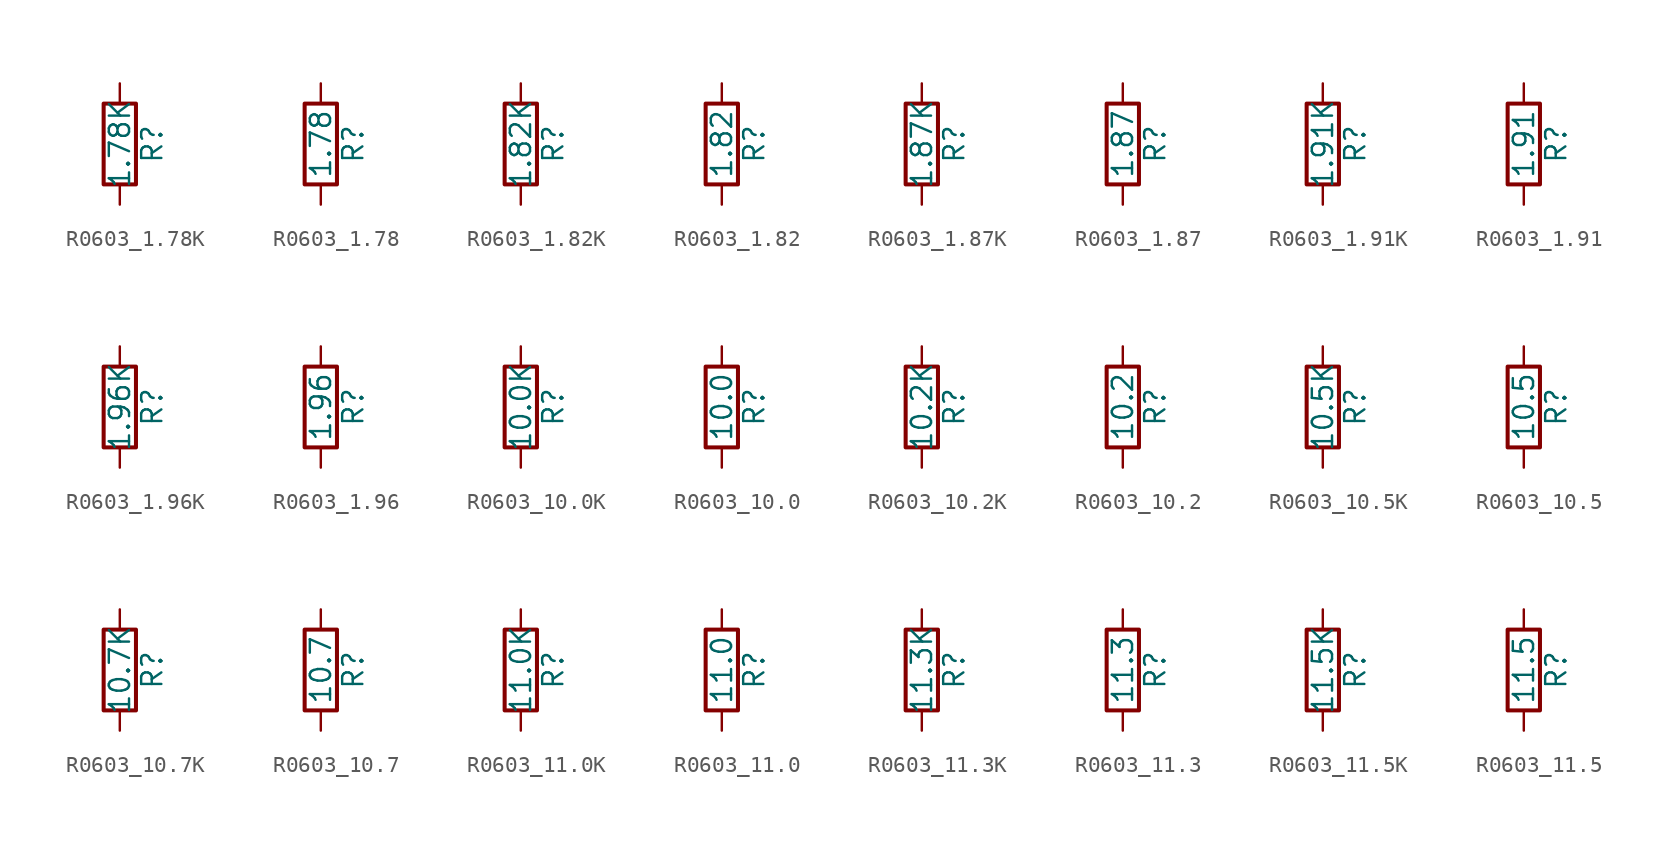
<source format=kicad_sym>
(kicad_symbol_lib
  (version 20211014)
  (generator atlantix-eda)
  (symbol "R0603_1.78K"
    (pin_numbers hide)
    (pin_names
      (offset 0))
    (property "Reference" "R"
      (at 2.032 0 90)
      (effects (font (size 1.27 1.27))))
    (property "Value" "1.78K"
      (at 0 0 90)
      (effects (font (size 1.27 1.27))))
    (symbol "R0603_1.78K_0_1"
      (rectangle (start -1.016 -2.54) (end 1.016 2.54) (stroke (width 0.254) (type default) (color 0 0 0 0)) (fill (type none))))
    (symbol "R0603_1.78K_1_1"
      (pin passive line (at 0 3.81 270) (length 1.27) (name "~" (effects (font (size 1.27 1.27)))) (number "1" (effects (font (size 1.27 1.27)))))
      (pin passive line (at 0 -3.81 90) (length 1.27) (name "~" (effects (font (size 1.27 1.27)))) (number "2" (effects (font (size 1.27 1.27)))))))
  (symbol "R0603_1.78"
    (pin_numbers hide)
    (pin_names
      (offset 0))
    (property "Reference" "R"
      (at 2.032 0 90)
      (effects (font (size 1.27 1.27))))
    (property "Value" "1.78"
      (at 0 0 90)
      (effects (font (size 1.27 1.27))))
    (symbol "R0603_1.78_0_1"
      (rectangle (start -1.016 -2.54) (end 1.016 2.54) (stroke (width 0.254) (type default) (color 0 0 0 0)) (fill (type none))))
    (symbol "R0603_1.78_1_1"
      (pin passive line (at 0 3.81 270) (length 1.27) (name "~" (effects (font (size 1.27 1.27)))) (number "1" (effects (font (size 1.27 1.27)))))
      (pin passive line (at 0 -3.81 90) (length 1.27) (name "~" (effects (font (size 1.27 1.27)))) (number "2" (effects (font (size 1.27 1.27)))))))
  (symbol "R0603_1.82K"
    (pin_numbers hide)
    (pin_names
      (offset 0))
    (property "Reference" "R"
      (at 2.032 0 90)
      (effects (font (size 1.27 1.27))))
    (property "Value" "1.82K"
      (at 0 0 90)
      (effects (font (size 1.27 1.27))))
    (symbol "R0603_1.82K_0_1"
      (rectangle (start -1.016 -2.54) (end 1.016 2.54) (stroke (width 0.254) (type default) (color 0 0 0 0)) (fill (type none))))
    (symbol "R0603_1.82K_1_1"
      (pin passive line (at 0 3.81 270) (length 1.27) (name "~" (effects (font (size 1.27 1.27)))) (number "1" (effects (font (size 1.27 1.27)))))
      (pin passive line (at 0 -3.81 90) (length 1.27) (name "~" (effects (font (size 1.27 1.27)))) (number "2" (effects (font (size 1.27 1.27)))))))
  (symbol "R0603_1.82"
    (pin_numbers hide)
    (pin_names
      (offset 0))
    (property "Reference" "R"
      (at 2.032 0 90)
      (effects (font (size 1.27 1.27))))
    (property "Value" "1.82"
      (at 0 0 90)
      (effects (font (size 1.27 1.27))))
    (symbol "R0603_1.82_0_1"
      (rectangle (start -1.016 -2.54) (end 1.016 2.54) (stroke (width 0.254) (type default) (color 0 0 0 0)) (fill (type none))))
    (symbol "R0603_1.82_1_1"
      (pin passive line (at 0 3.81 270) (length 1.27) (name "~" (effects (font (size 1.27 1.27)))) (number "1" (effects (font (size 1.27 1.27)))))
      (pin passive line (at 0 -3.81 90) (length 1.27) (name "~" (effects (font (size 1.27 1.27)))) (number "2" (effects (font (size 1.27 1.27)))))))
  (symbol "R0603_1.87K"
    (pin_numbers hide)
    (pin_names
      (offset 0))
    (property "Reference" "R"
      (at 2.032 0 90)
      (effects (font (size 1.27 1.27))))
    (property "Value" "1.87K"
      (at 0 0 90)
      (effects (font (size 1.27 1.27))))
    (symbol "R0603_1.87K_0_1"
      (rectangle (start -1.016 -2.54) (end 1.016 2.54) (stroke (width 0.254) (type default) (color 0 0 0 0)) (fill (type none))))
    (symbol "R0603_1.87K_1_1"
      (pin passive line (at 0 3.81 270) (length 1.27) (name "~" (effects (font (size 1.27 1.27)))) (number "1" (effects (font (size 1.27 1.27)))))
      (pin passive line (at 0 -3.81 90) (length 1.27) (name "~" (effects (font (size 1.27 1.27)))) (number "2" (effects (font (size 1.27 1.27)))))))
  (symbol "R0603_1.87"
    (pin_numbers hide)
    (pin_names
      (offset 0))
    (property "Reference" "R"
      (at 2.032 0 90)
      (effects (font (size 1.27 1.27))))
    (property "Value" "1.87"
      (at 0 0 90)
      (effects (font (size 1.27 1.27))))
    (symbol "R0603_1.87_0_1"
      (rectangle (start -1.016 -2.54) (end 1.016 2.54) (stroke (width 0.254) (type default) (color 0 0 0 0)) (fill (type none))))
    (symbol "R0603_1.87_1_1"
      (pin passive line (at 0 3.81 270) (length 1.27) (name "~" (effects (font (size 1.27 1.27)))) (number "1" (effects (font (size 1.27 1.27)))))
      (pin passive line (at 0 -3.81 90) (length 1.27) (name "~" (effects (font (size 1.27 1.27)))) (number "2" (effects (font (size 1.27 1.27)))))))
  (symbol "R0603_1.91K"
    (pin_numbers hide)
    (pin_names
      (offset 0))
    (property "Reference" "R"
      (at 2.032 0 90)
      (effects (font (size 1.27 1.27))))
    (property "Value" "1.91K"
      (at 0 0 90)
      (effects (font (size 1.27 1.27))))
    (symbol "R0603_1.91K_0_1"
      (rectangle (start -1.016 -2.54) (end 1.016 2.54) (stroke (width 0.254) (type default) (color 0 0 0 0)) (fill (type none))))
    (symbol "R0603_1.91K_1_1"
      (pin passive line (at 0 3.81 270) (length 1.27) (name "~" (effects (font (size 1.27 1.27)))) (number "1" (effects (font (size 1.27 1.27)))))
      (pin passive line (at 0 -3.81 90) (length 1.27) (name "~" (effects (font (size 1.27 1.27)))) (number "2" (effects (font (size 1.27 1.27)))))))
  (symbol "R0603_1.91"
    (pin_numbers hide)
    (pin_names
      (offset 0))
    (property "Reference" "R"
      (at 2.032 0 90)
      (effects (font (size 1.27 1.27))))
    (property "Value" "1.91"
      (at 0 0 90)
      (effects (font (size 1.27 1.27))))
    (symbol "R0603_1.91_0_1"
      (rectangle (start -1.016 -2.54) (end 1.016 2.54) (stroke (width 0.254) (type default) (color 0 0 0 0)) (fill (type none))))
    (symbol "R0603_1.91_1_1"
      (pin passive line (at 0 3.81 270) (length 1.27) (name "~" (effects (font (size 1.27 1.27)))) (number "1" (effects (font (size 1.27 1.27)))))
      (pin passive line (at 0 -3.81 90) (length 1.27) (name "~" (effects (font (size 1.27 1.27)))) (number "2" (effects (font (size 1.27 1.27)))))))
  (symbol "R0603_1.96K"
    (pin_numbers hide)
    (pin_names
      (offset 0))
    (property "Reference" "R"
      (at 2.032 0 90)
      (effects (font (size 1.27 1.27))))
    (property "Value" "1.96K"
      (at 0 0 90)
      (effects (font (size 1.27 1.27))))
    (symbol "R0603_1.96K_0_1"
      (rectangle (start -1.016 -2.54) (end 1.016 2.54) (stroke (width 0.254) (type default) (color 0 0 0 0)) (fill (type none))))
    (symbol "R0603_1.96K_1_1"
      (pin passive line (at 0 3.81 270) (length 1.27) (name "~" (effects (font (size 1.27 1.27)))) (number "1" (effects (font (size 1.27 1.27)))))
      (pin passive line (at 0 -3.81 90) (length 1.27) (name "~" (effects (font (size 1.27 1.27)))) (number "2" (effects (font (size 1.27 1.27)))))))
  (symbol "R0603_1.96"
    (pin_numbers hide)
    (pin_names
      (offset 0))
    (property "Reference" "R"
      (at 2.032 0 90)
      (effects (font (size 1.27 1.27))))
    (property "Value" "1.96"
      (at 0 0 90)
      (effects (font (size 1.27 1.27))))
    (symbol "R0603_1.96_0_1"
      (rectangle (start -1.016 -2.54) (end 1.016 2.54) (stroke (width 0.254) (type default) (color 0 0 0 0)) (fill (type none))))
    (symbol "R0603_1.96_1_1"
      (pin passive line (at 0 3.81 270) (length 1.27) (name "~" (effects (font (size 1.27 1.27)))) (number "1" (effects (font (size 1.27 1.27)))))
      (pin passive line (at 0 -3.81 90) (length 1.27) (name "~" (effects (font (size 1.27 1.27)))) (number "2" (effects (font (size 1.27 1.27)))))))
  (symbol "R0603_10.0K"
    (pin_numbers hide)
    (pin_names
      (offset 0))
    (property "Reference" "R"
      (at 2.032 0 90)
      (effects (font (size 1.27 1.27))))
    (property "Value" "10.0K"
      (at 0 0 90)
      (effects (font (size 1.27 1.27))))
    (symbol "R0603_10.0K_0_1"
      (rectangle (start -1.016 -2.54) (end 1.016 2.54) (stroke (width 0.254) (type default) (color 0 0 0 0)) (fill (type none))))
    (symbol "R0603_10.0K_1_1"
      (pin passive line (at 0 3.81 270) (length 1.27) (name "~" (effects (font (size 1.27 1.27)))) (number "1" (effects (font (size 1.27 1.27)))))
      (pin passive line (at 0 -3.81 90) (length 1.27) (name "~" (effects (font (size 1.27 1.27)))) (number "2" (effects (font (size 1.27 1.27)))))))
  (symbol "R0603_10.0"
    (pin_numbers hide)
    (pin_names
      (offset 0))
    (property "Reference" "R"
      (at 2.032 0 90)
      (effects (font (size 1.27 1.27))))
    (property "Value" "10.0"
      (at 0 0 90)
      (effects (font (size 1.27 1.27))))
    (symbol "R0603_10.0_0_1"
      (rectangle (start -1.016 -2.54) (end 1.016 2.54) (stroke (width 0.254) (type default) (color 0 0 0 0)) (fill (type none))))
    (symbol "R0603_10.0_1_1"
      (pin passive line (at 0 3.81 270) (length 1.27) (name "~" (effects (font (size 1.27 1.27)))) (number "1" (effects (font (size 1.27 1.27)))))
      (pin passive line (at 0 -3.81 90) (length 1.27) (name "~" (effects (font (size 1.27 1.27)))) (number "2" (effects (font (size 1.27 1.27)))))))
  (symbol "R0603_10.2K"
    (pin_numbers hide)
    (pin_names
      (offset 0))
    (property "Reference" "R"
      (at 2.032 0 90)
      (effects (font (size 1.27 1.27))))
    (property "Value" "10.2K"
      (at 0 0 90)
      (effects (font (size 1.27 1.27))))
    (symbol "R0603_10.2K_0_1"
      (rectangle (start -1.016 -2.54) (end 1.016 2.54) (stroke (width 0.254) (type default) (color 0 0 0 0)) (fill (type none))))
    (symbol "R0603_10.2K_1_1"
      (pin passive line (at 0 3.81 270) (length 1.27) (name "~" (effects (font (size 1.27 1.27)))) (number "1" (effects (font (size 1.27 1.27)))))
      (pin passive line (at 0 -3.81 90) (length 1.27) (name "~" (effects (font (size 1.27 1.27)))) (number "2" (effects (font (size 1.27 1.27)))))))
  (symbol "R0603_10.2"
    (pin_numbers hide)
    (pin_names
      (offset 0))
    (property "Reference" "R"
      (at 2.032 0 90)
      (effects (font (size 1.27 1.27))))
    (property "Value" "10.2"
      (at 0 0 90)
      (effects (font (size 1.27 1.27))))
    (symbol "R0603_10.2_0_1"
      (rectangle (start -1.016 -2.54) (end 1.016 2.54) (stroke (width 0.254) (type default) (color 0 0 0 0)) (fill (type none))))
    (symbol "R0603_10.2_1_1"
      (pin passive line (at 0 3.81 270) (length 1.27) (name "~" (effects (font (size 1.27 1.27)))) (number "1" (effects (font (size 1.27 1.27)))))
      (pin passive line (at 0 -3.81 90) (length 1.27) (name "~" (effects (font (size 1.27 1.27)))) (number "2" (effects (font (size 1.27 1.27)))))))
  (symbol "R0603_10.5K"
    (pin_numbers hide)
    (pin_names
      (offset 0))
    (property "Reference" "R"
      (at 2.032 0 90)
      (effects (font (size 1.27 1.27))))
    (property "Value" "10.5K"
      (at 0 0 90)
      (effects (font (size 1.27 1.27))))
    (symbol "R0603_10.5K_0_1"
      (rectangle (start -1.016 -2.54) (end 1.016 2.54) (stroke (width 0.254) (type default) (color 0 0 0 0)) (fill (type none))))
    (symbol "R0603_10.5K_1_1"
      (pin passive line (at 0 3.81 270) (length 1.27) (name "~" (effects (font (size 1.27 1.27)))) (number "1" (effects (font (size 1.27 1.27)))))
      (pin passive line (at 0 -3.81 90) (length 1.27) (name "~" (effects (font (size 1.27 1.27)))) (number "2" (effects (font (size 1.27 1.27)))))))
  (symbol "R0603_10.5"
    (pin_numbers hide)
    (pin_names
      (offset 0))
    (property "Reference" "R"
      (at 2.032 0 90)
      (effects (font (size 1.27 1.27))))
    (property "Value" "10.5"
      (at 0 0 90)
      (effects (font (size 1.27 1.27))))
    (symbol "R0603_10.5_0_1"
      (rectangle (start -1.016 -2.54) (end 1.016 2.54) (stroke (width 0.254) (type default) (color 0 0 0 0)) (fill (type none))))
    (symbol "R0603_10.5_1_1"
      (pin passive line (at 0 3.81 270) (length 1.27) (name "~" (effects (font (size 1.27 1.27)))) (number "1" (effects (font (size 1.27 1.27)))))
      (pin passive line (at 0 -3.81 90) (length 1.27) (name "~" (effects (font (size 1.27 1.27)))) (number "2" (effects (font (size 1.27 1.27)))))))
  (symbol "R0603_10.7K"
    (pin_numbers hide)
    (pin_names
      (offset 0))
    (property "Reference" "R"
      (at 2.032 0 90)
      (effects (font (size 1.27 1.27))))
    (property "Value" "10.7K"
      (at 0 0 90)
      (effects (font (size 1.27 1.27))))
    (symbol "R0603_10.7K_0_1"
      (rectangle (start -1.016 -2.54) (end 1.016 2.54) (stroke (width 0.254) (type default) (color 0 0 0 0)) (fill (type none))))
    (symbol "R0603_10.7K_1_1"
      (pin passive line (at 0 3.81 270) (length 1.27) (name "~" (effects (font (size 1.27 1.27)))) (number "1" (effects (font (size 1.27 1.27)))))
      (pin passive line (at 0 -3.81 90) (length 1.27) (name "~" (effects (font (size 1.27 1.27)))) (number "2" (effects (font (size 1.27 1.27)))))))
  (symbol "R0603_10.7"
    (pin_numbers hide)
    (pin_names
      (offset 0))
    (property "Reference" "R"
      (at 2.032 0 90)
      (effects (font (size 1.27 1.27))))
    (property "Value" "10.7"
      (at 0 0 90)
      (effects (font (size 1.27 1.27))))
    (symbol "R0603_10.7_0_1"
      (rectangle (start -1.016 -2.54) (end 1.016 2.54) (stroke (width 0.254) (type default) (color 0 0 0 0)) (fill (type none))))
    (symbol "R0603_10.7_1_1"
      (pin passive line (at 0 3.81 270) (length 1.27) (name "~" (effects (font (size 1.27 1.27)))) (number "1" (effects (font (size 1.27 1.27)))))
      (pin passive line (at 0 -3.81 90) (length 1.27) (name "~" (effects (font (size 1.27 1.27)))) (number "2" (effects (font (size 1.27 1.27)))))))
  (symbol "R0603_11.0K"
    (pin_numbers hide)
    (pin_names
      (offset 0))
    (property "Reference" "R"
      (at 2.032 0 90)
      (effects (font (size 1.27 1.27))))
    (property "Value" "11.0K"
      (at 0 0 90)
      (effects (font (size 1.27 1.27))))
    (symbol "R0603_11.0K_0_1"
      (rectangle (start -1.016 -2.54) (end 1.016 2.54) (stroke (width 0.254) (type default) (color 0 0 0 0)) (fill (type none))))
    (symbol "R0603_11.0K_1_1"
      (pin passive line (at 0 3.81 270) (length 1.27) (name "~" (effects (font (size 1.27 1.27)))) (number "1" (effects (font (size 1.27 1.27)))))
      (pin passive line (at 0 -3.81 90) (length 1.27) (name "~" (effects (font (size 1.27 1.27)))) (number "2" (effects (font (size 1.27 1.27)))))))
  (symbol "R0603_11.0"
    (pin_numbers hide)
    (pin_names
      (offset 0))
    (property "Reference" "R"
      (at 2.032 0 90)
      (effects (font (size 1.27 1.27))))
    (property "Value" "11.0"
      (at 0 0 90)
      (effects (font (size 1.27 1.27))))
    (symbol "R0603_11.0_0_1"
      (rectangle (start -1.016 -2.54) (end 1.016 2.54) (stroke (width 0.254) (type default) (color 0 0 0 0)) (fill (type none))))
    (symbol "R0603_11.0_1_1"
      (pin passive line (at 0 3.81 270) (length 1.27) (name "~" (effects (font (size 1.27 1.27)))) (number "1" (effects (font (size 1.27 1.27)))))
      (pin passive line (at 0 -3.81 90) (length 1.27) (name "~" (effects (font (size 1.27 1.27)))) (number "2" (effects (font (size 1.27 1.27)))))))
  (symbol "R0603_11.3K"
    (pin_numbers hide)
    (pin_names
      (offset 0))
    (property "Reference" "R"
      (at 2.032 0 90)
      (effects (font (size 1.27 1.27))))
    (property "Value" "11.3K"
      (at 0 0 90)
      (effects (font (size 1.27 1.27))))
    (symbol "R0603_11.3K_0_1"
      (rectangle (start -1.016 -2.54) (end 1.016 2.54) (stroke (width 0.254) (type default) (color 0 0 0 0)) (fill (type none))))
    (symbol "R0603_11.3K_1_1"
      (pin passive line (at 0 3.81 270) (length 1.27) (name "~" (effects (font (size 1.27 1.27)))) (number "1" (effects (font (size 1.27 1.27)))))
      (pin passive line (at 0 -3.81 90) (length 1.27) (name "~" (effects (font (size 1.27 1.27)))) (number "2" (effects (font (size 1.27 1.27)))))))
  (symbol "R0603_11.3"
    (pin_numbers hide)
    (pin_names
      (offset 0))
    (property "Reference" "R"
      (at 2.032 0 90)
      (effects (font (size 1.27 1.27))))
    (property "Value" "11.3"
      (at 0 0 90)
      (effects (font (size 1.27 1.27))))
    (symbol "R0603_11.3_0_1"
      (rectangle (start -1.016 -2.54) (end 1.016 2.54) (stroke (width 0.254) (type default) (color 0 0 0 0)) (fill (type none))))
    (symbol "R0603_11.3_1_1"
      (pin passive line (at 0 3.81 270) (length 1.27) (name "~" (effects (font (size 1.27 1.27)))) (number "1" (effects (font (size 1.27 1.27)))))
      (pin passive line (at 0 -3.81 90) (length 1.27) (name "~" (effects (font (size 1.27 1.27)))) (number "2" (effects (font (size 1.27 1.27)))))))
  (symbol "R0603_11.5K"
    (pin_numbers hide)
    (pin_names
      (offset 0))
    (property "Reference" "R"
      (at 2.032 0 90)
      (effects (font (size 1.27 1.27))))
    (property "Value" "11.5K"
      (at 0 0 90)
      (effects (font (size 1.27 1.27))))
    (symbol "R0603_11.5K_0_1"
      (rectangle (start -1.016 -2.54) (end 1.016 2.54) (stroke (width 0.254) (type default) (color 0 0 0 0)) (fill (type none))))
    (symbol "R0603_11.5K_1_1"
      (pin passive line (at 0 3.81 270) (length 1.27) (name "~" (effects (font (size 1.27 1.27)))) (number "1" (effects (font (size 1.27 1.27)))))
      (pin passive line (at 0 -3.81 90) (length 1.27) (name "~" (effects (font (size 1.27 1.27)))) (number "2" (effects (font (size 1.27 1.27)))))))
  (symbol "R0603_11.5"
    (pin_numbers hide)
    (pin_names
      (offset 0))
    (property "Reference" "R"
      (at 2.032 0 90)
      (effects (font (size 1.27 1.27))))
    (property "Value" "11.5"
      (at 0 0 90)
      (effects (font (size 1.27 1.27))))
    (symbol "R0603_11.5_0_1"
      (rectangle (start -1.016 -2.54) (end 1.016 2.54) (stroke (width 0.254) (type default) (color 0 0 0 0)) (fill (type none))))
    (symbol "R0603_11.5_1_1"
      (pin passive line (at 0 3.81 270) (length 1.27) (name "~" (effects (font (size 1.27 1.27)))) (number "1" (effects (font (size 1.27 1.27)))))
      (pin passive line (at 0 -3.81 90) (length 1.27) (name "~" (effects (font (size 1.27 1.27)))) (number "2" (effects (font (size 1.27 1.27))))))))
</source>
